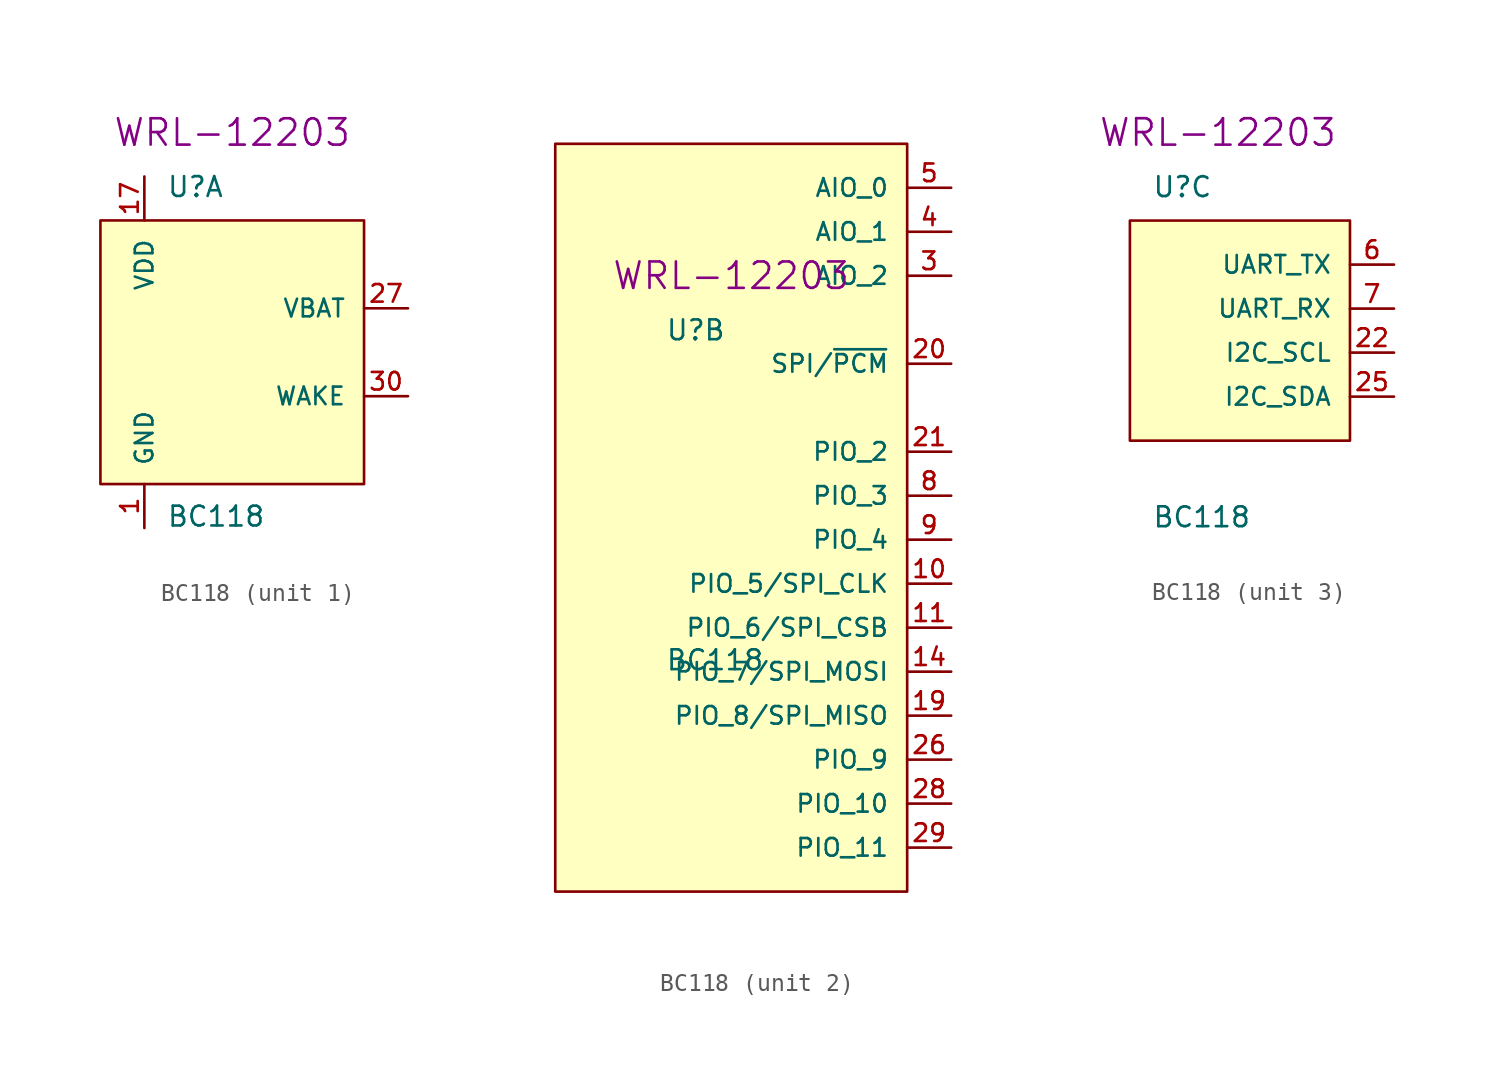
<source format=kicad_sym>
(kicad_symbol_lib
  (version 20201005)
  (generator kicad_symbol_editor)
  (symbol "BC118"
    (pin_names
      (offset 1.016))
    (property "Reference" "U"
      (at -3.81 8.89 0)
      (effects (font (size 1.143 1.143)) (justify left bottom)))
    (property "Value" "BC118"
      (at -3.81 -10.16 0)
      (effects (font (size 1.143 1.143)) (justify left bottom)))
    (property "Field4" "WRL-12203"
      (at 0 12.7 0)
      (effects (font (size 1.524 1.524))))
    (property "ki_locked" ""
      (at 0 0 0)
      (effects (font (size 1.27 1.27))))
    (symbol "BC118_1_1"
      (polyline (pts (xy -7.62 -7.62) (xy -7.62 7.62) (xy 7.62 7.62) (xy 7.62 -7.62) (xy -7.62 -7.62)) (stroke (width 0)) (fill (type background)))
      (pin bidirectional line (at -5.08 -10.16 90) (length 2.54) (name "GND" (effects (font (size 1.016 1.016)))) (number "1" (effects (font (size 1.016 1.016)))))
      (pin bidirectional line (at -5.08 -10.16 90) (length 2.54) hide (name "GND" (effects (font (size 1.016 1.016)))) (number "2" (effects (font (size 1.016 1.016)))))
      (pin bidirectional line (at 10.16 -2.54 180) (length 2.54) (name "WAKE" (effects (font (size 1.016 1.016)))) (number "30" (effects (font (size 1.016 1.016)))))
      (pin bidirectional line (at -5.08 -10.16 90) (length 2.54) hide (name "GND" (effects (font (size 1.016 1.016)))) (number "31" (effects (font (size 1.016 1.016)))))
      (pin bidirectional line (at -5.08 -10.16 90) (length 2.54) hide (name "GND" (effects (font (size 1.016 1.016)))) (number "12" (effects (font (size 1.016 1.016)))))
      (pin bidirectional line (at -5.08 -10.16 90) (length 2.54) hide (name "GND" (effects (font (size 1.016 1.016)))) (number "32" (effects (font (size 1.016 1.016)))))
      (pin bidirectional line (at -5.08 -10.16 90) (length 2.54) hide (name "GND" (effects (font (size 1.016 1.016)))) (number "13" (effects (font (size 1.016 1.016)))))
      (pin bidirectional line (at -5.08 -10.16 90) (length 2.54) hide (name "GND" (effects (font (size 1.016 1.016)))) (number "23" (effects (font (size 1.016 1.016)))))
      (pin bidirectional line (at -5.08 -10.16 90) (length 2.54) hide (name "GND" (effects (font (size 1.016 1.016)))) (number "33" (effects (font (size 1.016 1.016)))))
      (pin bidirectional line (at -5.08 -10.16 90) (length 2.54) hide (name "GND" (effects (font (size 1.016 1.016)))) (number "24" (effects (font (size 1.016 1.016)))))
      (pin bidirectional line (at -5.08 -10.16 90) (length 2.54) hide (name "GND" (effects (font (size 1.016 1.016)))) (number "34" (effects (font (size 1.016 1.016)))))
      (pin bidirectional line (at -5.08 -10.16 90) (length 2.54) hide (name "GND" (effects (font (size 1.016 1.016)))) (number "15" (effects (font (size 1.016 1.016)))))
      (pin bidirectional line (at -5.08 -10.16 90) (length 2.54) hide (name "GND" (effects (font (size 1.016 1.016)))) (number "35" (effects (font (size 1.016 1.016)))))
      (pin bidirectional line (at -5.08 -10.16 90) (length 2.54) hide (name "GND" (effects (font (size 1.016 1.016)))) (number "16" (effects (font (size 1.016 1.016)))))
      (pin bidirectional line (at -5.08 10.16 270) (length 2.54) (name "VDD" (effects (font (size 1.016 1.016)))) (number "17" (effects (font (size 1.016 1.016)))))
      (pin bidirectional line (at 10.16 2.54 180) (length 2.54) (name "VBAT" (effects (font (size 1.016 1.016)))) (number "27" (effects (font (size 1.016 1.016)))))
      (pin bidirectional line (at -5.08 -10.16 90) (length 2.54) hide (name "GND" (effects (font (size 1.016 1.016)))) (number "18" (effects (font (size 1.016 1.016))))))
    (symbol "BC118_2_1"
      (polyline (pts (xy -10.16 -22.86) (xy -10.16 20.32) (xy 10.16 20.32) (xy 10.16 -22.86) (xy -10.16 -22.86)) (stroke (width 0)) (fill (type background)))
      (pin bidirectional line (at 12.7 12.7 180) (length 2.54) (name "AIO_2" (effects (font (size 1.016 1.016)))) (number "3" (effects (font (size 1.016 1.016)))))
      (pin bidirectional line (at 12.7 15.24 180) (length 2.54) (name "AIO_1" (effects (font (size 1.016 1.016)))) (number "4" (effects (font (size 1.016 1.016)))))
      (pin bidirectional line (at 12.7 17.78 180) (length 2.54) (name "AIO_0" (effects (font (size 1.016 1.016)))) (number "5" (effects (font (size 1.016 1.016)))))
      (pin bidirectional line (at 12.7 0 180) (length 2.54) (name "PIO_3" (effects (font (size 1.016 1.016)))) (number "8" (effects (font (size 1.016 1.016)))))
      (pin bidirectional line (at 12.7 -2.54 180) (length 2.54) (name "PIO_4" (effects (font (size 1.016 1.016)))) (number "9" (effects (font (size 1.016 1.016)))))
      (pin bidirectional line (at 12.7 -5.08 180) (length 2.54) (name "PIO_5/SPI_CLK" (effects (font (size 1.016 1.016)))) (number "10" (effects (font (size 1.016 1.016)))))
      (pin bidirectional line (at 12.7 7.62 180) (length 2.54) (name "SPI/~PCM" (effects (font (size 1.016 1.016)))) (number "20" (effects (font (size 1.016 1.016)))))
      (pin bidirectional line (at 12.7 -7.62 180) (length 2.54) (name "PIO_6/SPI_CSB" (effects (font (size 1.016 1.016)))) (number "11" (effects (font (size 1.016 1.016)))))
      (pin bidirectional line (at 12.7 2.54 180) (length 2.54) (name "PIO_2" (effects (font (size 1.016 1.016)))) (number "21" (effects (font (size 1.016 1.016)))))
      (pin bidirectional line (at 12.7 -10.16 180) (length 2.54) (name "PIO_7/SPI_MOSI" (effects (font (size 1.016 1.016)))) (number "14" (effects (font (size 1.016 1.016)))))
      (pin bidirectional line (at 12.7 -15.24 180) (length 2.54) (name "PIO_9" (effects (font (size 1.016 1.016)))) (number "26" (effects (font (size 1.016 1.016)))))
      (pin bidirectional line (at 12.7 -17.78 180) (length 2.54) (name "PIO_10" (effects (font (size 1.016 1.016)))) (number "28" (effects (font (size 1.016 1.016)))))
      (pin bidirectional line (at 12.7 -12.7 180) (length 2.54) (name "PIO_8/SPI_MISO" (effects (font (size 1.016 1.016)))) (number "19" (effects (font (size 1.016 1.016)))))
      (pin bidirectional line (at 12.7 -20.32 180) (length 2.54) (name "PIO_11" (effects (font (size 1.016 1.016)))) (number "29" (effects (font (size 1.016 1.016))))))
    (symbol "BC118_3_1"
      (polyline (pts (xy -5.08 -5.08) (xy -5.08 7.62) (xy 7.62 7.62) (xy 7.62 -5.08) (xy -5.08 -5.08)) (stroke (width 0)) (fill (type background)))
      (pin bidirectional line (at 10.16 5.08 180) (length 2.54) (name "UART_TX" (effects (font (size 1.016 1.016)))) (number "6" (effects (font (size 1.016 1.016)))))
      (pin bidirectional line (at 10.16 2.54 180) (length 2.54) (name "UART_RX" (effects (font (size 1.016 1.016)))) (number "7" (effects (font (size 1.016 1.016)))))
      (pin bidirectional line (at 10.16 0 180) (length 2.54) (name "I2C_SCL" (effects (font (size 1.016 1.016)))) (number "22" (effects (font (size 1.016 1.016)))))
      (pin bidirectional line (at 10.16 -2.54 180) (length 2.54) (name "I2C_SDA" (effects (font (size 1.016 1.016)))) (number "25" (effects (font (size 1.016 1.016))))))))
</source>
